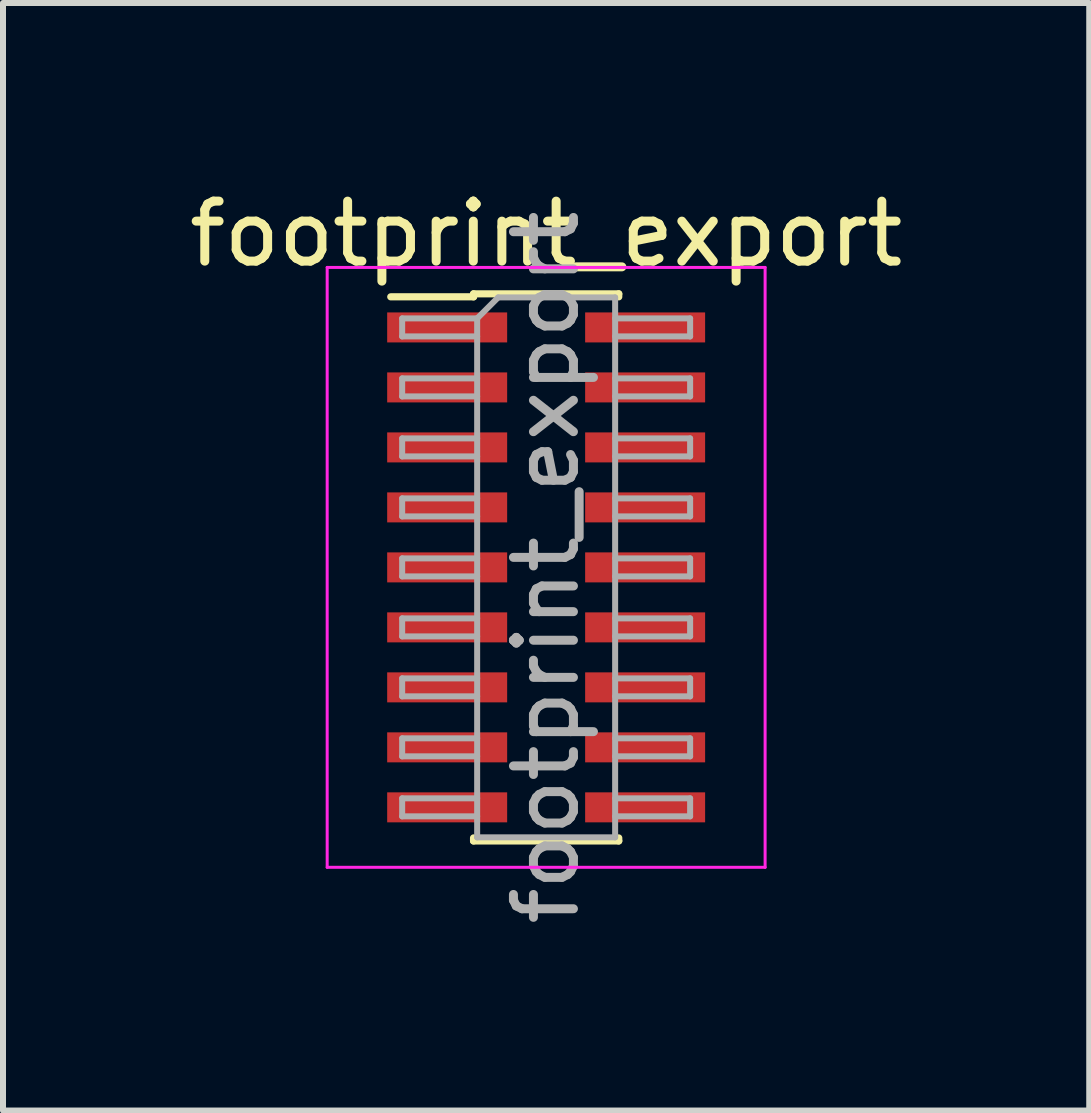
<source format=kicad_pcb>
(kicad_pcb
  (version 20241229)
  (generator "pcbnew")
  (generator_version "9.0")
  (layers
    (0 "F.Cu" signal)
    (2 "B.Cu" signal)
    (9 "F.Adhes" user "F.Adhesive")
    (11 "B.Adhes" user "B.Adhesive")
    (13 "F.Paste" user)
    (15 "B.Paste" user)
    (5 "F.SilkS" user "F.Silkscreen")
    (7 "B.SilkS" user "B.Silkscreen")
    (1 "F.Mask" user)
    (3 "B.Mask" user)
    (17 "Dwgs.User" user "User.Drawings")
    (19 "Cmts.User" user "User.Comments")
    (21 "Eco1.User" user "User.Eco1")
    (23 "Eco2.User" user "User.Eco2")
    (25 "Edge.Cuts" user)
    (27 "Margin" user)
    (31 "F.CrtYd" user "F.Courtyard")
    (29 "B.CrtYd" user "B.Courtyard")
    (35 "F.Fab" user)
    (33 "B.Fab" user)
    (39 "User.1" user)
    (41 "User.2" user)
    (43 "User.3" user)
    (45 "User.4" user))
  (footprint "footprint_export"
    (layer "F.Cu")
    (at 6.054 6.408)
    (property "Reference" "footprint_export" (at 0 -5.56 0) (layer "F.SilkS") (effects (font (size 1 1) (thickness 0.15))))
    (attr smd)
    (fp_line (start -2.59 -4.51) (end -1.21 -4.51) (stroke (width 0.12) (type solid)) (layer "F.SilkS"))
    (fp_line (start -1.21 -4.56) (end -1.21 -4.51) (stroke (width 0.12) (type solid)) (layer "F.SilkS"))
    (fp_line (start -1.21 -4.56) (end 1.21 -4.56) (stroke (width 0.12) (type solid)) (layer "F.SilkS"))
    (fp_line (start -1.21 4.51) (end -1.21 4.56) (stroke (width 0.12) (type solid)) (layer "F.SilkS"))
    (fp_line (start -1.21 4.56) (end 1.21 4.56) (stroke (width 0.12) (type solid)) (layer "F.SilkS"))
    (fp_line (start 1.21 -4.56) (end 1.21 -4.51) (stroke (width 0.12) (type solid)) (layer "F.SilkS"))
    (fp_line (start 1.21 4.51) (end 1.21 4.56) (stroke (width 0.12) (type solid)) (layer "F.SilkS"))
    (fp_line (start -3.65 -5) (end -3.65 5) (stroke (width 0.05) (type solid)) (layer "F.CrtYd"))
    (fp_line (start -3.65 5) (end 3.65 5) (stroke (width 0.05) (type solid)) (layer "F.CrtYd"))
    (fp_line (start 3.65 -5) (end -3.65 -5) (stroke (width 0.05) (type solid)) (layer "F.CrtYd"))
    (fp_line (start 3.65 5) (end 3.65 -5) (stroke (width 0.05) (type solid)) (layer "F.CrtYd"))
    (fp_line (start -2.4 -4.15) (end -2.4 -3.85) (stroke (width 0.1) (type solid)) (layer "F.Fab"))
    (fp_line (start -2.4 -3.85) (end -1.15 -3.85) (stroke (width 0.1) (type solid)) (layer "F.Fab"))
    (fp_line (start -2.4 -3.15) (end -2.4 -2.85) (stroke (width 0.1) (type solid)) (layer "F.Fab"))
    (fp_line (start -2.4 -2.85) (end -1.15 -2.85) (stroke (width 0.1) (type solid)) (layer "F.Fab"))
    (fp_line (start -2.4 -2.15) (end -2.4 -1.85) (stroke (width 0.1) (type solid)) (layer "F.Fab"))
    (fp_line (start -2.4 -1.85) (end -1.15 -1.85) (stroke (width 0.1) (type solid)) (layer "F.Fab"))
    (fp_line (start -2.4 -1.15) (end -2.4 -0.85) (stroke (width 0.1) (type solid)) (layer "F.Fab"))
    (fp_line (start -2.4 -0.85) (end -1.15 -0.85) (stroke (width 0.1) (type solid)) (layer "F.Fab"))
    (fp_line (start -2.4 -0.15) (end -2.4 0.15) (stroke (width 0.1) (type solid)) (layer "F.Fab"))
    (fp_line (start -2.4 0.15) (end -1.15 0.15) (stroke (width 0.1) (type solid)) (layer "F.Fab"))
    (fp_line (start -2.4 0.85) (end -2.4 1.15) (stroke (width 0.1) (type solid)) (layer "F.Fab"))
    (fp_line (start -2.4 1.15) (end -1.15 1.15) (stroke (width 0.1) (type solid)) (layer "F.Fab"))
    (fp_line (start -2.4 1.85) (end -2.4 2.15) (stroke (width 0.1) (type solid)) (layer "F.Fab"))
    (fp_line (start -2.4 2.15) (end -1.15 2.15) (stroke (width 0.1) (type solid)) (layer "F.Fab"))
    (fp_line (start -2.4 2.85) (end -2.4 3.15) (stroke (width 0.1) (type solid)) (layer "F.Fab"))
    (fp_line (start -2.4 3.15) (end -1.15 3.15) (stroke (width 0.1) (type solid)) (layer "F.Fab"))
    (fp_line (start -2.4 3.85) (end -2.4 4.15) (stroke (width 0.1) (type solid)) (layer "F.Fab"))
    (fp_line (start -2.4 4.15) (end -1.15 4.15) (stroke (width 0.1) (type solid)) (layer "F.Fab"))
    (fp_line (start -1.15 -4.15) (end -2.4 -4.15) (stroke (width 0.1) (type solid)) (layer "F.Fab"))
    (fp_line (start -1.15 -4.15) (end -0.8 -4.5) (stroke (width 0.1) (type solid)) (layer "F.Fab"))
    (fp_line (start -1.15 -3.15) (end -2.4 -3.15) (stroke (width 0.1) (type solid)) (layer "F.Fab"))
    (fp_line (start -1.15 -2.15) (end -2.4 -2.15) (stroke (width 0.1) (type solid)) (layer "F.Fab"))
    (fp_line (start -1.15 -1.15) (end -2.4 -1.15) (stroke (width 0.1) (type solid)) (layer "F.Fab"))
    (fp_line (start -1.15 -0.15) (end -2.4 -0.15) (stroke (width 0.1) (type solid)) (layer "F.Fab"))
    (fp_line (start -1.15 0.85) (end -2.4 0.85) (stroke (width 0.1) (type solid)) (layer "F.Fab"))
    (fp_line (start -1.15 1.85) (end -2.4 1.85) (stroke (width 0.1) (type solid)) (layer "F.Fab"))
    (fp_line (start -1.15 2.85) (end -2.4 2.85) (stroke (width 0.1) (type solid)) (layer "F.Fab"))
    (fp_line (start -1.15 3.85) (end -2.4 3.85) (stroke (width 0.1) (type solid)) (layer "F.Fab"))
    (fp_line (start -1.15 4.5) (end -1.15 -4.15) (stroke (width 0.1) (type solid)) (layer "F.Fab"))
    (fp_line (start -0.8 -4.5) (end 1.15 -4.5) (stroke (width 0.1) (type solid)) (layer "F.Fab"))
    (fp_line (start 1.15 -4.5) (end 1.15 4.5) (stroke (width 0.1) (type solid)) (layer "F.Fab"))
    (fp_line (start 1.15 -4.15) (end 2.4 -4.15) (stroke (width 0.1) (type solid)) (layer "F.Fab"))
    (fp_line (start 1.15 -3.15) (end 2.4 -3.15) (stroke (width 0.1) (type solid)) (layer "F.Fab"))
    (fp_line (start 1.15 -2.15) (end 2.4 -2.15) (stroke (width 0.1) (type solid)) (layer "F.Fab"))
    (fp_line (start 1.15 -1.15) (end 2.4 -1.15) (stroke (width 0.1) (type solid)) (layer "F.Fab"))
    (fp_line (start 1.15 -0.15) (end 2.4 -0.15) (stroke (width 0.1) (type solid)) (layer "F.Fab"))
    (fp_line (start 1.15 0.85) (end 2.4 0.85) (stroke (width 0.1) (type solid)) (layer "F.Fab"))
    (fp_line (start 1.15 1.85) (end 2.4 1.85) (stroke (width 0.1) (type solid)) (layer "F.Fab"))
    (fp_line (start 1.15 2.85) (end 2.4 2.85) (stroke (width 0.1) (type solid)) (layer "F.Fab"))
    (fp_line (start 1.15 3.85) (end 2.4 3.85) (stroke (width 0.1) (type solid)) (layer "F.Fab"))
    (fp_line (start 1.15 4.5) (end -1.15 4.5) (stroke (width 0.1) (type solid)) (layer "F.Fab"))
    (fp_line (start 2.4 -4.15) (end 2.4 -3.85) (stroke (width 0.1) (type solid)) (layer "F.Fab"))
    (fp_line (start 2.4 -3.85) (end 1.15 -3.85) (stroke (width 0.1) (type solid)) (layer "F.Fab"))
    (fp_line (start 2.4 -3.15) (end 2.4 -2.85) (stroke (width 0.1) (type solid)) (layer "F.Fab"))
    (fp_line (start 2.4 -2.85) (end 1.15 -2.85) (stroke (width 0.1) (type solid)) (layer "F.Fab"))
    (fp_line (start 2.4 -2.15) (end 2.4 -1.85) (stroke (width 0.1) (type solid)) (layer "F.Fab"))
    (fp_line (start 2.4 -1.85) (end 1.15 -1.85) (stroke (width 0.1) (type solid)) (layer "F.Fab"))
    (fp_line (start 2.4 -1.15) (end 2.4 -0.85) (stroke (width 0.1) (type solid)) (layer "F.Fab"))
    (fp_line (start 2.4 -0.85) (end 1.15 -0.85) (stroke (width 0.1) (type solid)) (layer "F.Fab"))
    (fp_line (start 2.4 -0.15) (end 2.4 0.15) (stroke (width 0.1) (type solid)) (layer "F.Fab"))
    (fp_line (start 2.4 0.15) (end 1.15 0.15) (stroke (width 0.1) (type solid)) (layer "F.Fab"))
    (fp_line (start 2.4 0.85) (end 2.4 1.15) (stroke (width 0.1) (type solid)) (layer "F.Fab"))
    (fp_line (start 2.4 1.15) (end 1.15 1.15) (stroke (width 0.1) (type solid)) (layer "F.Fab"))
    (fp_line (start 2.4 1.85) (end 2.4 2.15) (stroke (width 0.1) (type solid)) (layer "F.Fab"))
    (fp_line (start 2.4 2.15) (end 1.15 2.15) (stroke (width 0.1) (type solid)) (layer "F.Fab"))
    (fp_line (start 2.4 2.85) (end 2.4 3.15) (stroke (width 0.1) (type solid)) (layer "F.Fab"))
    (fp_line (start 2.4 3.15) (end 1.15 3.15) (stroke (width 0.1) (type solid)) (layer "F.Fab"))
    (fp_line (start 2.4 3.85) (end 2.4 4.15) (stroke (width 0.1) (type solid)) (layer "F.Fab"))
    (fp_line (start 2.4 4.15) (end 1.15 4.15) (stroke (width 0.1) (type solid)) (layer "F.Fab"))
    (fp_text user "${REFERENCE}" (at 0 0 90) (layer "F.Fab") (effects (font (size 1 1) (thickness 0.15))))
    (pad "1" smd rect (at -1.65 -4) (size 2 0.5) (layers "F.Cu" "F.Mask" "F.Paste"))
    (pad "2" smd rect (at 1.65 -4) (size 2 0.5) (layers "F.Cu" "F.Mask" "F.Paste"))
    (pad "3" smd rect (at -1.65 -3) (size 2 0.5) (layers "F.Cu" "F.Mask" "F.Paste"))
    (pad "4" smd rect (at 1.65 -3) (size 2 0.5) (layers "F.Cu" "F.Mask" "F.Paste"))
    (pad "5" smd rect (at -1.65 -2) (size 2 0.5) (layers "F.Cu" "F.Mask" "F.Paste"))
    (pad "6" smd rect (at 1.65 -2) (size 2 0.5) (layers "F.Cu" "F.Mask" "F.Paste"))
    (pad "7" smd rect (at -1.65 -1) (size 2 0.5) (layers "F.Cu" "F.Mask" "F.Paste"))
    (pad "8" smd rect (at 1.65 -1) (size 2 0.5) (layers "F.Cu" "F.Mask" "F.Paste"))
    (pad "9" smd rect (at -1.65 0) (size 2 0.5) (layers "F.Cu" "F.Mask" "F.Paste"))
    (pad "10" smd rect (at 1.65 0) (size 2 0.5) (layers "F.Cu" "F.Mask" "F.Paste"))
    (pad "11" smd rect (at -1.65 1) (size 2 0.5) (layers "F.Cu" "F.Mask" "F.Paste"))
    (pad "12" smd rect (at 1.65 1) (size 2 0.5) (layers "F.Cu" "F.Mask" "F.Paste"))
    (pad "13" smd rect (at -1.65 2) (size 2 0.5) (layers "F.Cu" "F.Mask" "F.Paste"))
    (pad "14" smd rect (at 1.65 2) (size 2 0.5) (layers "F.Cu" "F.Mask" "F.Paste"))
    (pad "15" smd rect (at -1.65 3) (size 2 0.5) (layers "F.Cu" "F.Mask" "F.Paste"))
    (pad "16" smd rect (at 1.65 3) (size 2 0.5) (layers "F.Cu" "F.Mask" "F.Paste"))
    (pad "17" smd rect (at -1.65 4) (size 2 0.5) (layers "F.Cu" "F.Mask" "F.Paste"))
    (pad "18" smd rect (at 1.65 4) (size 2 0.5) (layers "F.Cu" "F.Mask" "F.Paste")))
  (gr_rect
    (start -3 -3)
    (end 15.107 15.462)
    (stroke (width 0.1) (type default))
    (fill no)
    (layer "Edge.Cuts")))
</source>
